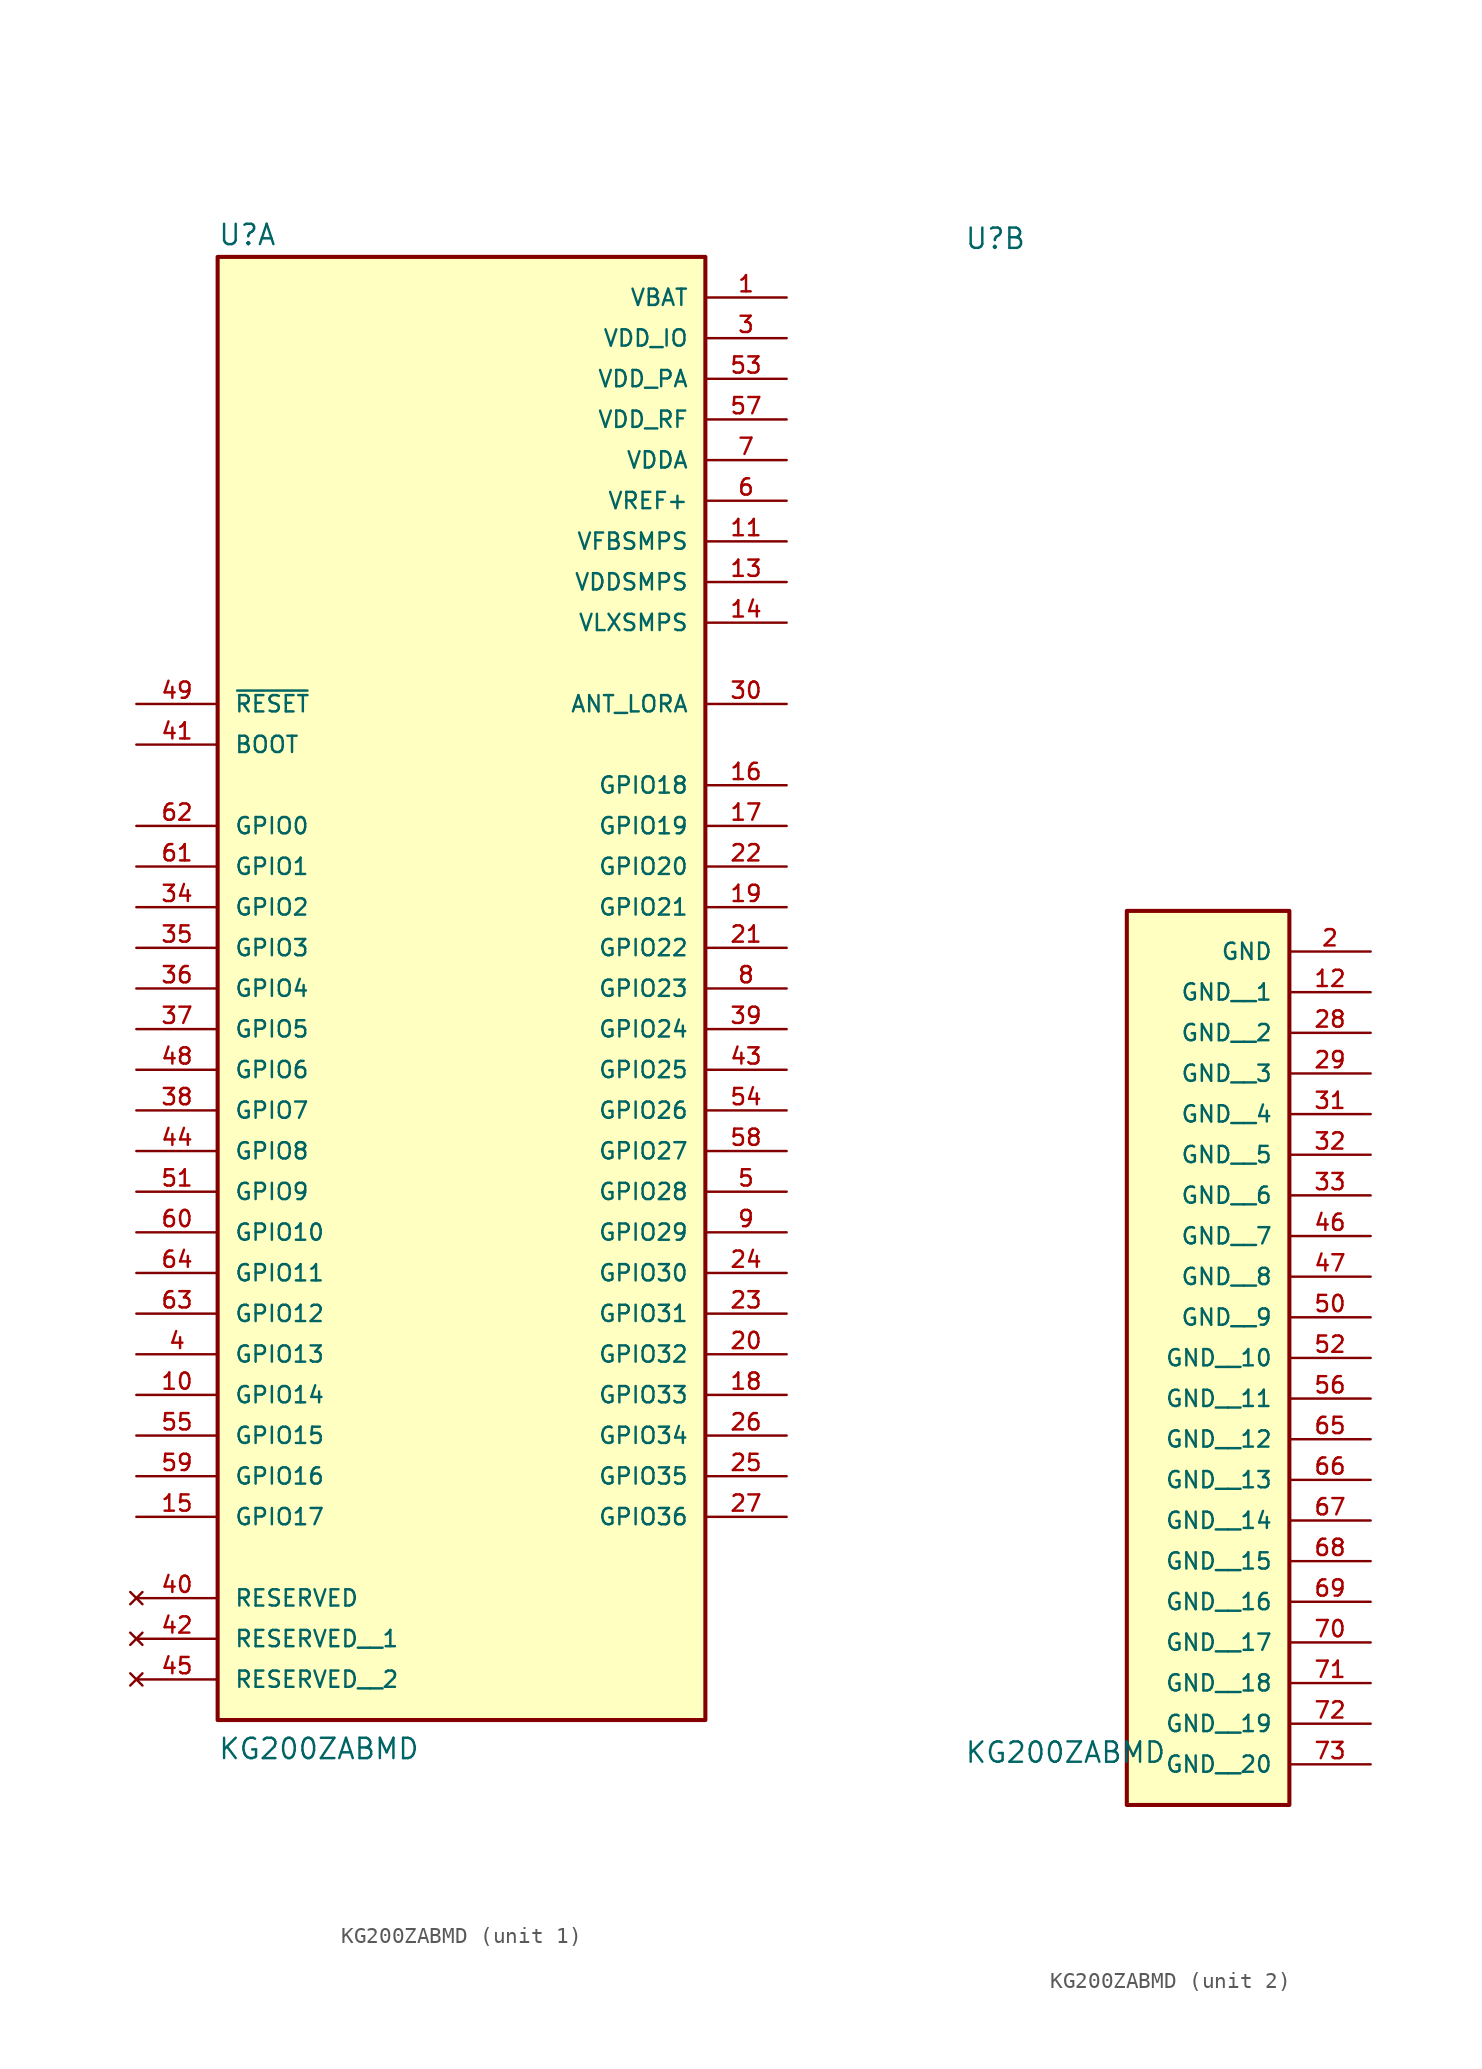
<source format=kicad_sym>
(kicad_symbol_lib
  (version 20211014)
  (generator kicad_symbol_editor)
  (symbol "KG200ZABMD"
    (pin_names
      (offset 1.016))
    (property "Reference" "U"
      (at -15.24 43.815 0)
      (effects (font (size 1.27 1.27)) (justify bottom left)))
    (property "Value" "KG200ZABMD"
      (at -15.24 -50.8 0)
      (effects (font (size 1.27 1.27)) (justify bottom left)))
    (symbol "KG200ZABMD_1_0"
      (rectangle (start -15.24 -48.26) (end 15.24 43.18) (stroke (width 0.254)) (fill (type background)))
      (pin input line (at -20.32 15.24 0) (length 5.08) (name "~{RESET}" (effects (font (size 1.016 1.016)))) (number "49" (effects (font (size 1.016 1.016)))))
      (pin power_in line (at 20.32 40.64 180.0) (length 5.08) (name "VBAT" (effects (font (size 1.016 1.016)))) (number "1" (effects (font (size 1.016 1.016)))))
      (pin input line (at -20.32 12.7 0) (length 5.08) (name "BOOT" (effects (font (size 1.016 1.016)))) (number "41" (effects (font (size 1.016 1.016)))))
      (pin power_in line (at 20.32 38.1 180.0) (length 5.08) (name "VDD_IO" (effects (font (size 1.016 1.016)))) (number "3" (effects (font (size 1.016 1.016)))))
      (pin bidirectional line (at -20.32 7.62 0) (length 5.08) (name "GPIO0" (effects (font (size 1.016 1.016)))) (number "62" (effects (font (size 1.016 1.016)))))
      (pin power_in line (at 20.32 27.94 180.0) (length 5.08) (name "VREF+" (effects (font (size 1.016 1.016)))) (number "6" (effects (font (size 1.016 1.016)))))
      (pin power_in line (at 20.32 30.48 180.0) (length 5.08) (name "VDDA" (effects (font (size 1.016 1.016)))) (number "7" (effects (font (size 1.016 1.016)))))
      (pin power_in line (at 20.32 25.4 180.0) (length 5.08) (name "VFBSMPS" (effects (font (size 1.016 1.016)))) (number "11" (effects (font (size 1.016 1.016)))))
      (pin power_in line (at 20.32 22.86 180.0) (length 5.08) (name "VDDSMPS" (effects (font (size 1.016 1.016)))) (number "13" (effects (font (size 1.016 1.016)))))
      (pin power_in line (at 20.32 20.32 180.0) (length 5.08) (name "VLXSMPS" (effects (font (size 1.016 1.016)))) (number "14" (effects (font (size 1.016 1.016)))))
      (pin power_in line (at 20.32 35.56 180.0) (length 5.08) (name "VDD_PA" (effects (font (size 1.016 1.016)))) (number "53" (effects (font (size 1.016 1.016)))))
      (pin power_in line (at 20.32 33.02 180.0) (length 5.08) (name "VDD_RF" (effects (font (size 1.016 1.016)))) (number "57" (effects (font (size 1.016 1.016)))))
      (pin bidirectional line (at -20.32 5.08 0) (length 5.08) (name "GPIO1" (effects (font (size 1.016 1.016)))) (number "61" (effects (font (size 1.016 1.016)))))
      (pin bidirectional line (at -20.32 2.54 0) (length 5.08) (name "GPIO2" (effects (font (size 1.016 1.016)))) (number "34" (effects (font (size 1.016 1.016)))))
      (pin bidirectional line (at -20.32 0.0 0) (length 5.08) (name "GPIO3" (effects (font (size 1.016 1.016)))) (number "35" (effects (font (size 1.016 1.016)))))
      (pin bidirectional line (at -20.32 -2.54 0) (length 5.08) (name "GPIO4" (effects (font (size 1.016 1.016)))) (number "36" (effects (font (size 1.016 1.016)))))
      (pin bidirectional line (at -20.32 -5.08 0) (length 5.08) (name "GPIO5" (effects (font (size 1.016 1.016)))) (number "37" (effects (font (size 1.016 1.016)))))
      (pin bidirectional line (at -20.32 -7.62 0) (length 5.08) (name "GPIO6" (effects (font (size 1.016 1.016)))) (number "48" (effects (font (size 1.016 1.016)))))
      (pin bidirectional line (at -20.32 -10.16 0) (length 5.08) (name "GPIO7" (effects (font (size 1.016 1.016)))) (number "38" (effects (font (size 1.016 1.016)))))
      (pin bidirectional line (at -20.32 -12.7 0) (length 5.08) (name "GPIO8" (effects (font (size 1.016 1.016)))) (number "44" (effects (font (size 1.016 1.016)))))
      (pin bidirectional line (at -20.32 -15.24 0) (length 5.08) (name "GPIO9" (effects (font (size 1.016 1.016)))) (number "51" (effects (font (size 1.016 1.016)))))
      (pin bidirectional line (at -20.32 -17.78 0) (length 5.08) (name "GPIO10" (effects (font (size 1.016 1.016)))) (number "60" (effects (font (size 1.016 1.016)))))
      (pin bidirectional line (at -20.32 -20.32 0) (length 5.08) (name "GPIO11" (effects (font (size 1.016 1.016)))) (number "64" (effects (font (size 1.016 1.016)))))
      (pin bidirectional line (at -20.32 -22.86 0) (length 5.08) (name "GPIO12" (effects (font (size 1.016 1.016)))) (number "63" (effects (font (size 1.016 1.016)))))
      (pin bidirectional line (at -20.32 -25.4 0) (length 5.08) (name "GPIO13" (effects (font (size 1.016 1.016)))) (number "4" (effects (font (size 1.016 1.016)))))
      (pin bidirectional line (at -20.32 -27.94 0) (length 5.08) (name "GPIO14" (effects (font (size 1.016 1.016)))) (number "10" (effects (font (size 1.016 1.016)))))
      (pin bidirectional line (at -20.32 -30.48 0) (length 5.08) (name "GPIO15" (effects (font (size 1.016 1.016)))) (number "55" (effects (font (size 1.016 1.016)))))
      (pin bidirectional line (at -20.32 -33.02 0) (length 5.08) (name "GPIO16" (effects (font (size 1.016 1.016)))) (number "59" (effects (font (size 1.016 1.016)))))
      (pin bidirectional line (at -20.32 -35.56 0) (length 5.08) (name "GPIO17" (effects (font (size 1.016 1.016)))) (number "15" (effects (font (size 1.016 1.016)))))
      (pin bidirectional line (at 20.32 10.16 180.0) (length 5.08) (name "GPIO18" (effects (font (size 1.016 1.016)))) (number "16" (effects (font (size 1.016 1.016)))))
      (pin bidirectional line (at 20.32 7.62 180.0) (length 5.08) (name "GPIO19" (effects (font (size 1.016 1.016)))) (number "17" (effects (font (size 1.016 1.016)))))
      (pin bidirectional line (at 20.32 5.08 180.0) (length 5.08) (name "GPIO20" (effects (font (size 1.016 1.016)))) (number "22" (effects (font (size 1.016 1.016)))))
      (pin bidirectional line (at 20.32 2.54 180.0) (length 5.08) (name "GPIO21" (effects (font (size 1.016 1.016)))) (number "19" (effects (font (size 1.016 1.016)))))
      (pin bidirectional line (at 20.32 0.0 180.0) (length 5.08) (name "GPIO22" (effects (font (size 1.016 1.016)))) (number "21" (effects (font (size 1.016 1.016)))))
      (pin bidirectional line (at 20.32 -2.54 180.0) (length 5.08) (name "GPIO23" (effects (font (size 1.016 1.016)))) (number "8" (effects (font (size 1.016 1.016)))))
      (pin bidirectional line (at 20.32 -5.08 180.0) (length 5.08) (name "GPIO24" (effects (font (size 1.016 1.016)))) (number "39" (effects (font (size 1.016 1.016)))))
      (pin bidirectional line (at 20.32 -7.62 180.0) (length 5.08) (name "GPIO25" (effects (font (size 1.016 1.016)))) (number "43" (effects (font (size 1.016 1.016)))))
      (pin bidirectional line (at 20.32 -10.16 180.0) (length 5.08) (name "GPIO26" (effects (font (size 1.016 1.016)))) (number "54" (effects (font (size 1.016 1.016)))))
      (pin bidirectional line (at 20.32 -12.7 180.0) (length 5.08) (name "GPIO27" (effects (font (size 1.016 1.016)))) (number "58" (effects (font (size 1.016 1.016)))))
      (pin bidirectional line (at 20.32 -15.24 180.0) (length 5.08) (name "GPIO28" (effects (font (size 1.016 1.016)))) (number "5" (effects (font (size 1.016 1.016)))))
      (pin bidirectional line (at 20.32 -17.78 180.0) (length 5.08) (name "GPIO29" (effects (font (size 1.016 1.016)))) (number "9" (effects (font (size 1.016 1.016)))))
      (pin bidirectional line (at 20.32 -20.32 180.0) (length 5.08) (name "GPIO30" (effects (font (size 1.016 1.016)))) (number "24" (effects (font (size 1.016 1.016)))))
      (pin bidirectional line (at 20.32 -22.86 180.0) (length 5.08) (name "GPIO31" (effects (font (size 1.016 1.016)))) (number "23" (effects (font (size 1.016 1.016)))))
      (pin bidirectional line (at 20.32 -25.4 180.0) (length 5.08) (name "GPIO32" (effects (font (size 1.016 1.016)))) (number "20" (effects (font (size 1.016 1.016)))))
      (pin bidirectional line (at 20.32 -27.94 180.0) (length 5.08) (name "GPIO33" (effects (font (size 1.016 1.016)))) (number "18" (effects (font (size 1.016 1.016)))))
      (pin bidirectional line (at 20.32 -30.48 180.0) (length 5.08) (name "GPIO34" (effects (font (size 1.016 1.016)))) (number "26" (effects (font (size 1.016 1.016)))))
      (pin bidirectional line (at 20.32 -33.02 180.0) (length 5.08) (name "GPIO35" (effects (font (size 1.016 1.016)))) (number "25" (effects (font (size 1.016 1.016)))))
      (pin bidirectional line (at 20.32 15.24 180.0) (length 5.08) (name "ANT_LORA" (effects (font (size 1.016 1.016)))) (number "30" (effects (font (size 1.016 1.016)))))
      (pin no_connect line (at -20.32 -40.64 0) (length 5.08) (name "RESERVED" (effects (font (size 1.016 1.016)))) (number "40" (effects (font (size 1.016 1.016)))))
      (pin bidirectional line (at 20.32 -35.56 180.0) (length 5.08) (name "GPIO36" (effects (font (size 1.016 1.016)))) (number "27" (effects (font (size 1.016 1.016)))))
      (pin no_connect line (at -20.32 -43.18 0) (length 5.08) (name "RESERVED__1" (effects (font (size 1.016 1.016)))) (number "42" (effects (font (size 1.016 1.016)))))
      (pin no_connect line (at -20.32 -45.72 0) (length 5.08) (name "RESERVED__2" (effects (font (size 1.016 1.016)))) (number "45" (effects (font (size 1.016 1.016))))))
    (symbol "KG200ZABMD_2_0"
      (rectangle (start -5.08 -53.34) (end 5.08 2.54) (stroke (width 0.254)) (fill (type background)))
      (pin power_in line (at 10.16 0.0 180.0) (length 5.08) (name "GND" (effects (font (size 1.016 1.016)))) (number "2" (effects (font (size 1.016 1.016)))))
      (pin power_in line (at 10.16 -2.54 180.0) (length 5.08) (name "GND__1" (effects (font (size 1.016 1.016)))) (number "12" (effects (font (size 1.016 1.016)))))
      (pin power_in line (at 10.16 -5.08 180.0) (length 5.08) (name "GND__2" (effects (font (size 1.016 1.016)))) (number "28" (effects (font (size 1.016 1.016)))))
      (pin power_in line (at 10.16 -7.62 180.0) (length 5.08) (name "GND__3" (effects (font (size 1.016 1.016)))) (number "29" (effects (font (size 1.016 1.016)))))
      (pin power_in line (at 10.16 -10.16 180.0) (length 5.08) (name "GND__4" (effects (font (size 1.016 1.016)))) (number "31" (effects (font (size 1.016 1.016)))))
      (pin power_in line (at 10.16 -12.7 180.0) (length 5.08) (name "GND__5" (effects (font (size 1.016 1.016)))) (number "32" (effects (font (size 1.016 1.016)))))
      (pin power_in line (at 10.16 -15.24 180.0) (length 5.08) (name "GND__6" (effects (font (size 1.016 1.016)))) (number "33" (effects (font (size 1.016 1.016)))))
      (pin power_in line (at 10.16 -17.78 180.0) (length 5.08) (name "GND__7" (effects (font (size 1.016 1.016)))) (number "46" (effects (font (size 1.016 1.016)))))
      (pin power_in line (at 10.16 -20.32 180.0) (length 5.08) (name "GND__8" (effects (font (size 1.016 1.016)))) (number "47" (effects (font (size 1.016 1.016)))))
      (pin power_in line (at 10.16 -22.86 180.0) (length 5.08) (name "GND__9" (effects (font (size 1.016 1.016)))) (number "50" (effects (font (size 1.016 1.016)))))
      (pin power_in line (at 10.16 -25.4 180.0) (length 5.08) (name "GND__10" (effects (font (size 1.016 1.016)))) (number "52" (effects (font (size 1.016 1.016)))))
      (pin power_in line (at 10.16 -27.94 180.0) (length 5.08) (name "GND__11" (effects (font (size 1.016 1.016)))) (number "56" (effects (font (size 1.016 1.016)))))
      (pin power_in line (at 10.16 -30.48 180.0) (length 5.08) (name "GND__12" (effects (font (size 1.016 1.016)))) (number "65" (effects (font (size 1.016 1.016)))))
      (pin power_in line (at 10.16 -33.02 180.0) (length 5.08) (name "GND__13" (effects (font (size 1.016 1.016)))) (number "66" (effects (font (size 1.016 1.016)))))
      (pin power_in line (at 10.16 -35.56 180.0) (length 5.08) (name "GND__14" (effects (font (size 1.016 1.016)))) (number "67" (effects (font (size 1.016 1.016)))))
      (pin power_in line (at 10.16 -38.1 180.0) (length 5.08) (name "GND__15" (effects (font (size 1.016 1.016)))) (number "68" (effects (font (size 1.016 1.016)))))
      (pin power_in line (at 10.16 -40.64 180.0) (length 5.08) (name "GND__16" (effects (font (size 1.016 1.016)))) (number "69" (effects (font (size 1.016 1.016)))))
      (pin power_in line (at 10.16 -43.18 180.0) (length 5.08) (name "GND__17" (effects (font (size 1.016 1.016)))) (number "70" (effects (font (size 1.016 1.016)))))
      (pin power_in line (at 10.16 -45.72 180.0) (length 5.08) (name "GND__18" (effects (font (size 1.016 1.016)))) (number "71" (effects (font (size 1.016 1.016)))))
      (pin power_in line (at 10.16 -48.26 180.0) (length 5.08) (name "GND__19" (effects (font (size 1.016 1.016)))) (number "72" (effects (font (size 1.016 1.016)))))
      (pin power_in line (at 10.16 -50.8 180.0) (length 5.08) (name "GND__20" (effects (font (size 1.016 1.016)))) (number "73" (effects (font (size 1.016 1.016))))))))
</source>
